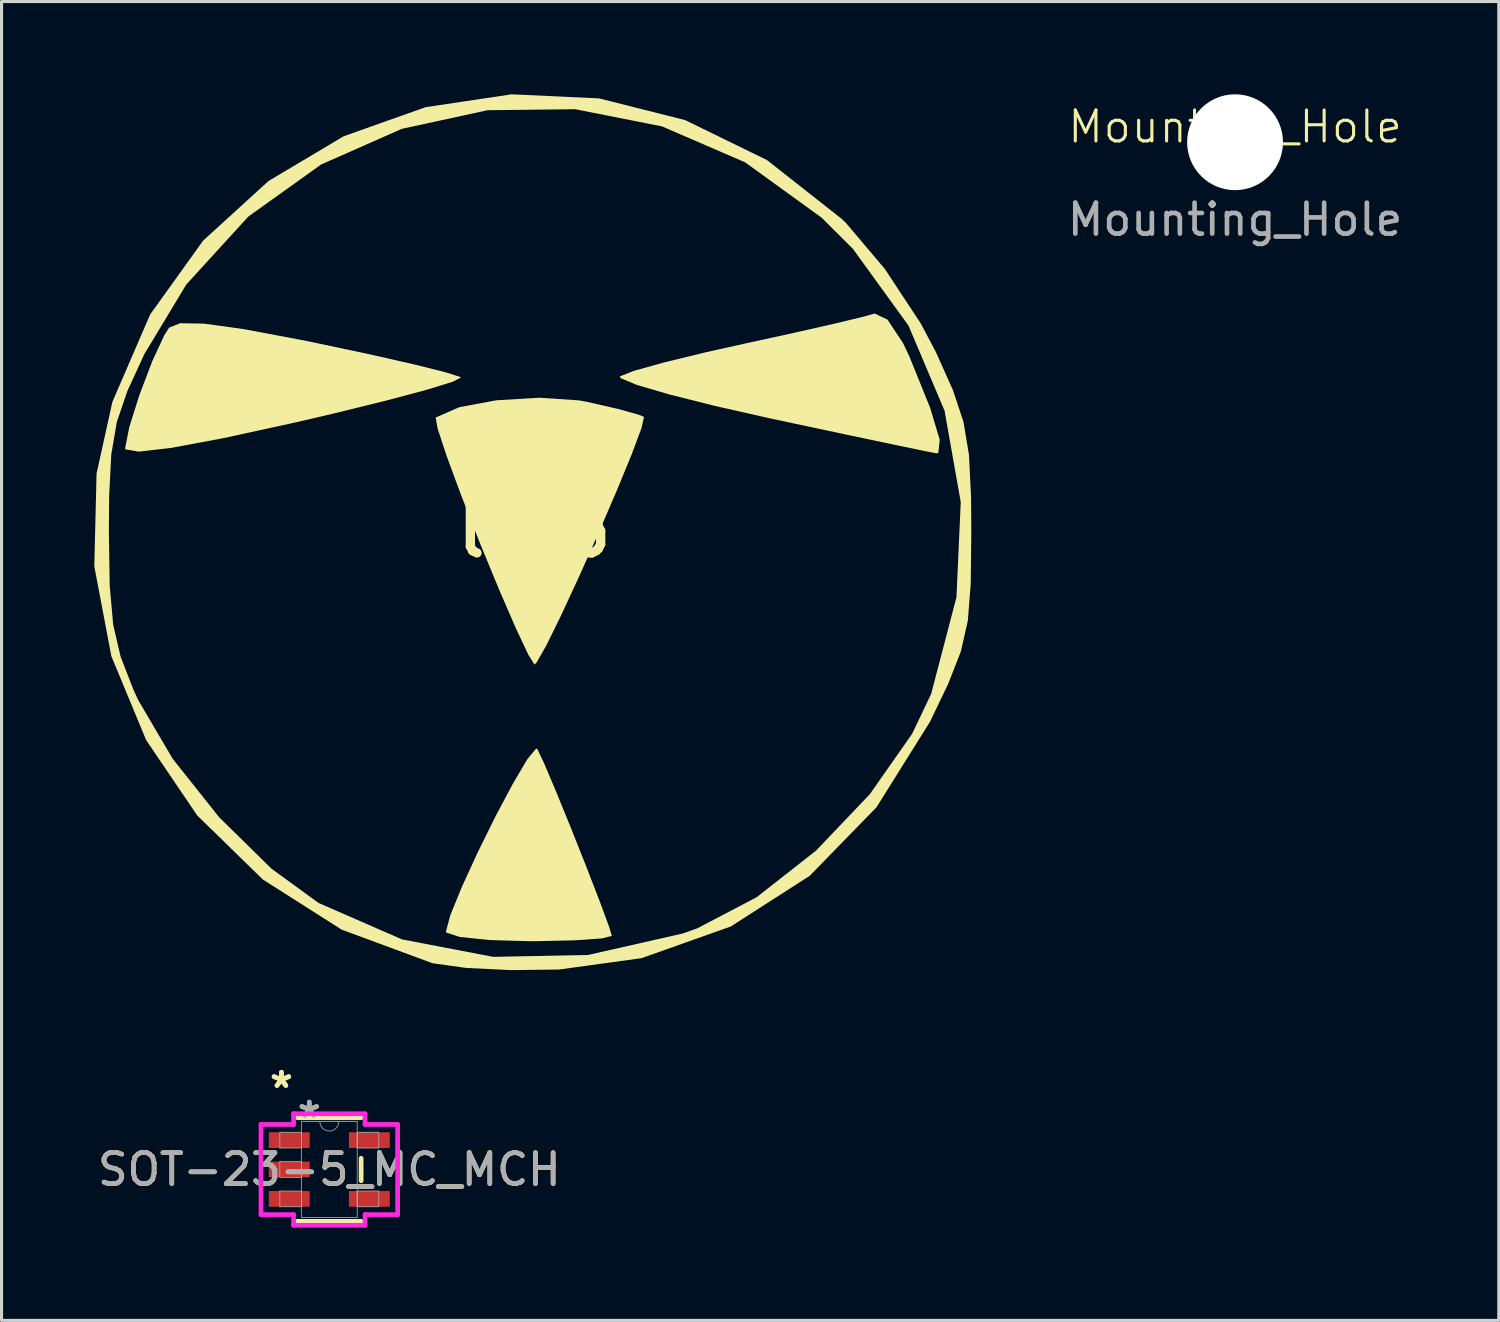
<source format=kicad_pcb>
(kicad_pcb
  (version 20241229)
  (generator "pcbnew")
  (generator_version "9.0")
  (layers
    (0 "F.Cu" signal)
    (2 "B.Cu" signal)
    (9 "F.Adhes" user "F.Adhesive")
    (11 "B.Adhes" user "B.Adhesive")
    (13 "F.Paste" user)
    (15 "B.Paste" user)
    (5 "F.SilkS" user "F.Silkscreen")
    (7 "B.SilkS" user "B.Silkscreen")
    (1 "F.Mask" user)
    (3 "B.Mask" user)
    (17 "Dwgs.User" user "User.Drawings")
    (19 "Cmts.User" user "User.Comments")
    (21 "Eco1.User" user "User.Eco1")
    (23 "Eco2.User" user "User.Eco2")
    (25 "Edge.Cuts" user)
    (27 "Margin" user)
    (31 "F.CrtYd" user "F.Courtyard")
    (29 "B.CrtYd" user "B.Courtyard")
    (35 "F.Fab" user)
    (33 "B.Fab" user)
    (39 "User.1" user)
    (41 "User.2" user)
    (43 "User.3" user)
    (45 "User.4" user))
  (footprint "logo"
    (layer "F.Cu")
    (at 14.234 14.154)
    (property "Reference" "logo" (at 0 0 0) (layer "F.SilkS") (effects (font (size 1.5 1.5) (thickness 0.3))))
    (attr board_only exclude_from_pos_files exclude_from_bom)
    (fp_poly (pts (xy 0.093 7.016) (xy 0.315 7.487) (xy 0.704 8.405) (xy 1.184 9.581) (xy 1.678 10.825) (xy 2.113 11.949) (xy 2.413 12.762) (xy 2.504 13.067) (xy 2.176 13.148) (xy 1.307 13.208) (xy 0.072 13.236) (xy -0.179 13.237) (xy -1.461 13.199) (xy -2.41 13.1) (xy -2.85 12.958) (xy -2.862 12.929) (xy -2.721 12.4) (xy -2.351 11.492) (xy -1.836 10.369) (xy -1.256 9.196) (xy -0.693 8.136) (xy -0.229 7.352) (xy 0.054 7.007)) (stroke (width 0) (type solid)) (fill yes) (layer "F.SilkS"))
    (fp_poly (pts (xy -10.684 -6.737) (xy -9.412 -6.561) (xy -7.555 -6.212) (xy -7.018 -6.103) (xy -5.321 -5.743) (xy -3.891 -5.418) (xy -2.866 -5.162) (xy -2.388 -5.008) (xy -2.374 -4.997) (xy -2.637 -4.859) (xy -3.487 -4.597) (xy -4.811 -4.244) (xy -6.497 -3.829) (xy -7.71 -3.546) (xy -10.064 -3.032) (xy -11.753 -2.717) (xy -12.799 -2.597) (xy -13.224 -2.669) (xy -13.237 -2.707) (xy -13.103 -3.39) (xy -12.776 -4.425) (xy -12.362 -5.516) (xy -11.969 -6.365) (xy -11.813 -6.609) (xy -11.456 -6.75)) (stroke (width 0) (type solid)) (fill yes) (layer "F.SilkS"))
    (fp_poly (pts (xy 1.447 -4.254) (xy 1.688 -4.21) (xy 2.71 -3.977) (xy 3.396 -3.784) (xy 3.543 -3.719) (xy 3.465 -3.363) (xy 3.149 -2.515) (xy 2.662 -1.331) (xy 2.073 0.036) (xy 1.451 1.43) (xy 0.865 2.696) (xy 0.381 3.68) (xy 0.069 4.228) (xy 0.004 4.29) (xy -0.193 3.978) (xy -0.593 3.13) (xy -1.138 1.875) (xy -1.763 0.359) (xy -2.367 -1.179) (xy -2.839 -2.458) (xy -3.13 -3.342) (xy -3.194 -3.699) (xy -2.43 -4.035) (xy -1.223 -4.258) (xy 0.158 -4.341)) (stroke (width 0) (type solid)) (fill yes) (layer "F.SilkS"))
    (fp_poly (pts (xy 11.419 -6.867) (xy 11.925 -6.104) (xy 12.128 -5.674) (xy 12.798 -4.018) (xy 13.11 -2.979) (xy 13.064 -2.554) (xy 12.992 -2.544) (xy 12.555 -2.63) (xy 11.551 -2.839) (xy 10.111 -3.142) (xy 8.368 -3.513) (xy 7.592 -3.679) (xy 5.818 -4.08) (xy 4.35 -4.45) (xy 3.302 -4.759) (xy 2.788 -4.973) (xy 2.763 -5.031) (xy 3.209 -5.207) (xy 4.198 -5.483) (xy 5.573 -5.818) (xy 6.797 -6.09) (xy 8.383 -6.436) (xy 9.729 -6.742) (xy 10.667 -6.968) (xy 11.003 -7.064)) (stroke (width 0) (type solid)) (fill yes) (layer "F.SilkS"))
    (fp_poly (pts (xy 2.095 -14.021) (xy 4.878 -13.319) (xy 7.524 -12.026) (xy 9.946 -10.12) (xy 10.087 -9.981) (xy 11.335 -8.505) (xy 12.495 -6.744) (xy 12.989 -5.81) (xy 13.538 -4.582) (xy 13.877 -3.561) (xy 14.055 -2.493) (xy 14.123 -1.124) (xy 14.131 0.019) (xy 14.112 1.672) (xy 14.019 2.867) (xy 13.795 3.86) (xy 13.384 4.91) (xy 12.795 6.139) (xy 11.065 8.905) (xy 8.903 11.123) (xy 6.354 12.76) (xy 3.468 13.785) (xy 0.805 14.152) (xy -0.744 14.172) (xy -2.202 14.102) (xy -3.265 13.955) (xy -3.311 13.944) (xy -6.234 12.863) (xy -8.783 11.242) (xy -10.907 9.168) (xy -12.558 6.731) (xy -13.683 4.017) (xy -14.234 1.114) (xy -14.207 0) (xy -13.763 0) (xy -13.736 1.734) (xy -13.624 2.998) (xy -13.383 4.036) (xy -12.972 5.092) (xy -12.811 5.444) (xy -11.697 7.34) (xy -10.191 9.234) (xy -8.501 10.893) (xy -6.98 12.001) (xy -4.281 13.179) (xy -1.333 13.743) (xy 1.735 13.682) (xy 4.794 12.989) (xy 5.268 12.82) (xy 7.189 11.814) (xy 9.112 10.305) (xy 10.85 8.481) (xy 12.216 6.53) (xy 12.832 5.238) (xy 13.65 2.113) (xy 13.789 -0.965) (xy 13.266 -3.919) (xy 12.098 -6.674) (xy 10.304 -9.153) (xy 9.289 -10.164) (xy 6.816 -11.953) (xy 4.128 -13.116) (xy 1.319 -13.672) (xy -1.518 -13.639) (xy -4.288 -13.037) (xy -6.898 -11.884) (xy -9.252 -10.2) (xy -11.258 -8.003) (xy -12.613 -5.756) (xy -13.165 -4.556) (xy -13.505 -3.557) (xy -13.685 -2.508) (xy -13.754 -1.158) (xy -13.763 0) (xy -14.207 0) (xy -14.161 -1.888) (xy -13.649 -4.207) (xy -12.427 -7.034) (xy -10.713 -9.423) (xy -8.598 -11.351) (xy -6.169 -12.797) (xy -3.518 -13.738) (xy -0.733 -14.154)) (stroke (width 0) (type solid)) (fill yes) (layer "F.SilkS")))
  (footprint "SOT-23-5_MC_MCH"
    (layer "F.Cu")
    (at 7.601 34.775)
    (property "Reference" "SOT-23-5_MC_MCH" (at 0 0 0) (unlocked yes) (layer "F.SilkS") (effects (font (size 1 1) (thickness 0.15))))
    (attr smd)
    (fp_line (start -1.029 1.676) (end 1.029 1.676) (stroke (width 0.152) (type solid)) (layer "F.SilkS"))
    (fp_line (start 1.029 -1.676) (end -1.029 -1.676) (stroke (width 0.152) (type solid)) (layer "F.SilkS"))
    (fp_line (start 1.029 0.363) (end 1.029 -0.363) (stroke (width 0.152) (type solid)) (layer "F.SilkS"))
    (fp_line (start -2.21 -1.458) (end -1.156 -1.458) (stroke (width 0.152) (type solid)) (layer "F.CrtYd"))
    (fp_line (start -2.21 1.458) (end -2.21 -1.458) (stroke (width 0.152) (type solid)) (layer "F.CrtYd"))
    (fp_line (start -1.156 -1.803) (end 1.156 -1.803) (stroke (width 0.152) (type solid)) (layer "F.CrtYd"))
    (fp_line (start -1.156 -1.458) (end -1.156 -1.803) (stroke (width 0.152) (type solid)) (layer "F.CrtYd"))
    (fp_line (start -1.156 1.458) (end -2.21 1.458) (stroke (width 0.152) (type solid)) (layer "F.CrtYd"))
    (fp_line (start -1.156 1.803) (end -1.156 1.458) (stroke (width 0.152) (type solid)) (layer "F.CrtYd"))
    (fp_line (start 1.156 -1.803) (end 1.156 -1.458) (stroke (width 0.152) (type solid)) (layer "F.CrtYd"))
    (fp_line (start 1.156 -1.458) (end 2.21 -1.458) (stroke (width 0.152) (type solid)) (layer "F.CrtYd"))
    (fp_line (start 1.156 1.458) (end 1.156 1.803) (stroke (width 0.152) (type solid)) (layer "F.CrtYd"))
    (fp_line (start 1.156 1.803) (end -1.156 1.803) (stroke (width 0.152) (type solid)) (layer "F.CrtYd"))
    (fp_line (start 2.21 -1.458) (end 2.21 1.458) (stroke (width 0.152) (type solid)) (layer "F.CrtYd"))
    (fp_line (start 2.21 1.458) (end 1.156 1.458) (stroke (width 0.152) (type solid)) (layer "F.CrtYd"))
    (fp_line (start -1.6 -1.204) (end -1.6 -0.696) (stroke (width 0.025) (type solid)) (layer "F.Fab"))
    (fp_line (start -1.6 -0.696) (end -0.902 -0.696) (stroke (width 0.025) (type solid)) (layer "F.Fab"))
    (fp_line (start -1.6 -0.254) (end -1.6 0.254) (stroke (width 0.025) (type solid)) (layer "F.Fab"))
    (fp_line (start -1.6 0.254) (end -0.902 0.254) (stroke (width 0.025) (type solid)) (layer "F.Fab"))
    (fp_line (start -1.6 0.696) (end -1.6 1.204) (stroke (width 0.025) (type solid)) (layer "F.Fab"))
    (fp_line (start -1.6 1.204) (end -0.902 1.204) (stroke (width 0.025) (type solid)) (layer "F.Fab"))
    (fp_line (start -0.902 -1.549) (end -0.902 1.549) (stroke (width 0.025) (type solid)) (layer "F.Fab"))
    (fp_line (start -0.902 -1.204) (end -1.6 -1.204) (stroke (width 0.025) (type solid)) (layer "F.Fab"))
    (fp_line (start -0.902 -0.696) (end -0.902 -1.204) (stroke (width 0.025) (type solid)) (layer "F.Fab"))
    (fp_line (start -0.902 -0.254) (end -1.6 -0.254) (stroke (width 0.025) (type solid)) (layer "F.Fab"))
    (fp_line (start -0.902 0.254) (end -0.902 -0.254) (stroke (width 0.025) (type solid)) (layer "F.Fab"))
    (fp_line (start -0.902 0.696) (end -1.6 0.696) (stroke (width 0.025) (type solid)) (layer "F.Fab"))
    (fp_line (start -0.902 1.204) (end -0.902 0.696) (stroke (width 0.025) (type solid)) (layer "F.Fab"))
    (fp_line (start -0.902 1.549) (end 0.902 1.549) (stroke (width 0.025) (type solid)) (layer "F.Fab"))
    (fp_line (start 0.902 -1.549) (end -0.902 -1.549) (stroke (width 0.025) (type solid)) (layer "F.Fab"))
    (fp_line (start 0.902 -1.204) (end 0.902 -0.696) (stroke (width 0.025) (type solid)) (layer "F.Fab"))
    (fp_line (start 0.902 -0.696) (end 1.6 -0.696) (stroke (width 0.025) (type solid)) (layer "F.Fab"))
    (fp_line (start 0.902 0.696) (end 0.902 1.204) (stroke (width 0.025) (type solid)) (layer "F.Fab"))
    (fp_line (start 0.902 1.204) (end 1.6 1.204) (stroke (width 0.025) (type solid)) (layer "F.Fab"))
    (fp_line (start 0.902 1.549) (end 0.902 -1.549) (stroke (width 0.025) (type solid)) (layer "F.Fab"))
    (fp_line (start 1.6 -1.204) (end 0.902 -1.204) (stroke (width 0.025) (type solid)) (layer "F.Fab"))
    (fp_line (start 1.6 -0.696) (end 1.6 -1.204) (stroke (width 0.025) (type solid)) (layer "F.Fab"))
    (fp_line (start 1.6 0.696) (end 0.902 0.696) (stroke (width 0.025) (type solid)) (layer "F.Fab"))
    (fp_line (start 1.6 1.204) (end 1.6 0.696) (stroke (width 0.025) (type solid)) (layer "F.Fab"))
    (fp_arc (start 0.3048 -1.5494) (mid 0 -1.2446) (end -0.3048 -1.5494) (stroke (width 0.0254) (type solid)) (layer "F.Fab"))
    (fp_text user "*" (at -1.549 -2.601 0) (unlocked yes) (layer "F.SilkS") (effects (font (size 1 1) (thickness 0.15))))
    (fp_text user "*" (at -1.549 -2.601 0) (layer "F.SilkS") (effects (font (size 1 1) (thickness 0.15))))
    (fp_text user "*" (at -0.648 -1.636 0) (unlocked yes) (layer "F.Fab") (effects (font (size 1 1) (thickness 0.15))))
    (fp_text user "*" (at -0.648 -1.636 0) (layer "F.Fab") (effects (font (size 1 1) (thickness 0.15))))
    (fp_text user "${REFERENCE}" (at 0 0 0) (unlocked yes) (layer "F.Fab") (effects (font (size 1 1) (thickness 0.15))))
    (pad "1" smd rect (at -1.295 -0.95) (size 1.321 0.508) (layers "F.Cu" "F.Mask" "F.Paste"))
    (pad "2" smd rect (at -1.295 0) (size 1.321 0.508) (layers "F.Cu" "F.Mask" "F.Paste"))
    (pad "3" smd rect (at -1.295 0.95) (size 1.321 0.508) (layers "F.Cu" "F.Mask" "F.Paste"))
    (pad "4" smd rect (at 1.295 0.95) (size 1.321 0.508) (layers "F.Cu" "F.Mask" "F.Paste"))
    (pad "5" smd rect (at 1.295 -0.95) (size 1.321 0.508) (layers "F.Cu" "F.Mask" "F.Paste")))
  (footprint "Mounting_Hole"
    (layer "F.Cu")
    (at 36.895 1.55)
    (property "Reference" "Mounting_Hole" (at 0 -0.5 0) (unlocked yes) (layer "F.SilkS") (effects (font (size 1 1) (thickness 0.1))))
    (attr through_hole)
    (fp_text user "${REFERENCE}" (at 0 2.5 0) (unlocked yes) (layer "F.Fab") (effects (font (size 1 1) (thickness 0.15))))
    (pad "" np_thru_hole circle (at 0 0) (size 3.1 3.1) (drill 3.1) (layers "*.Cu" "*.Mask")))
  (gr_rect
    (start -3 -3)
    (end 45.425 39.655)
    (stroke (width 0.1) (type default))
    (fill no)
    (layer "Edge.Cuts")))
</source>
